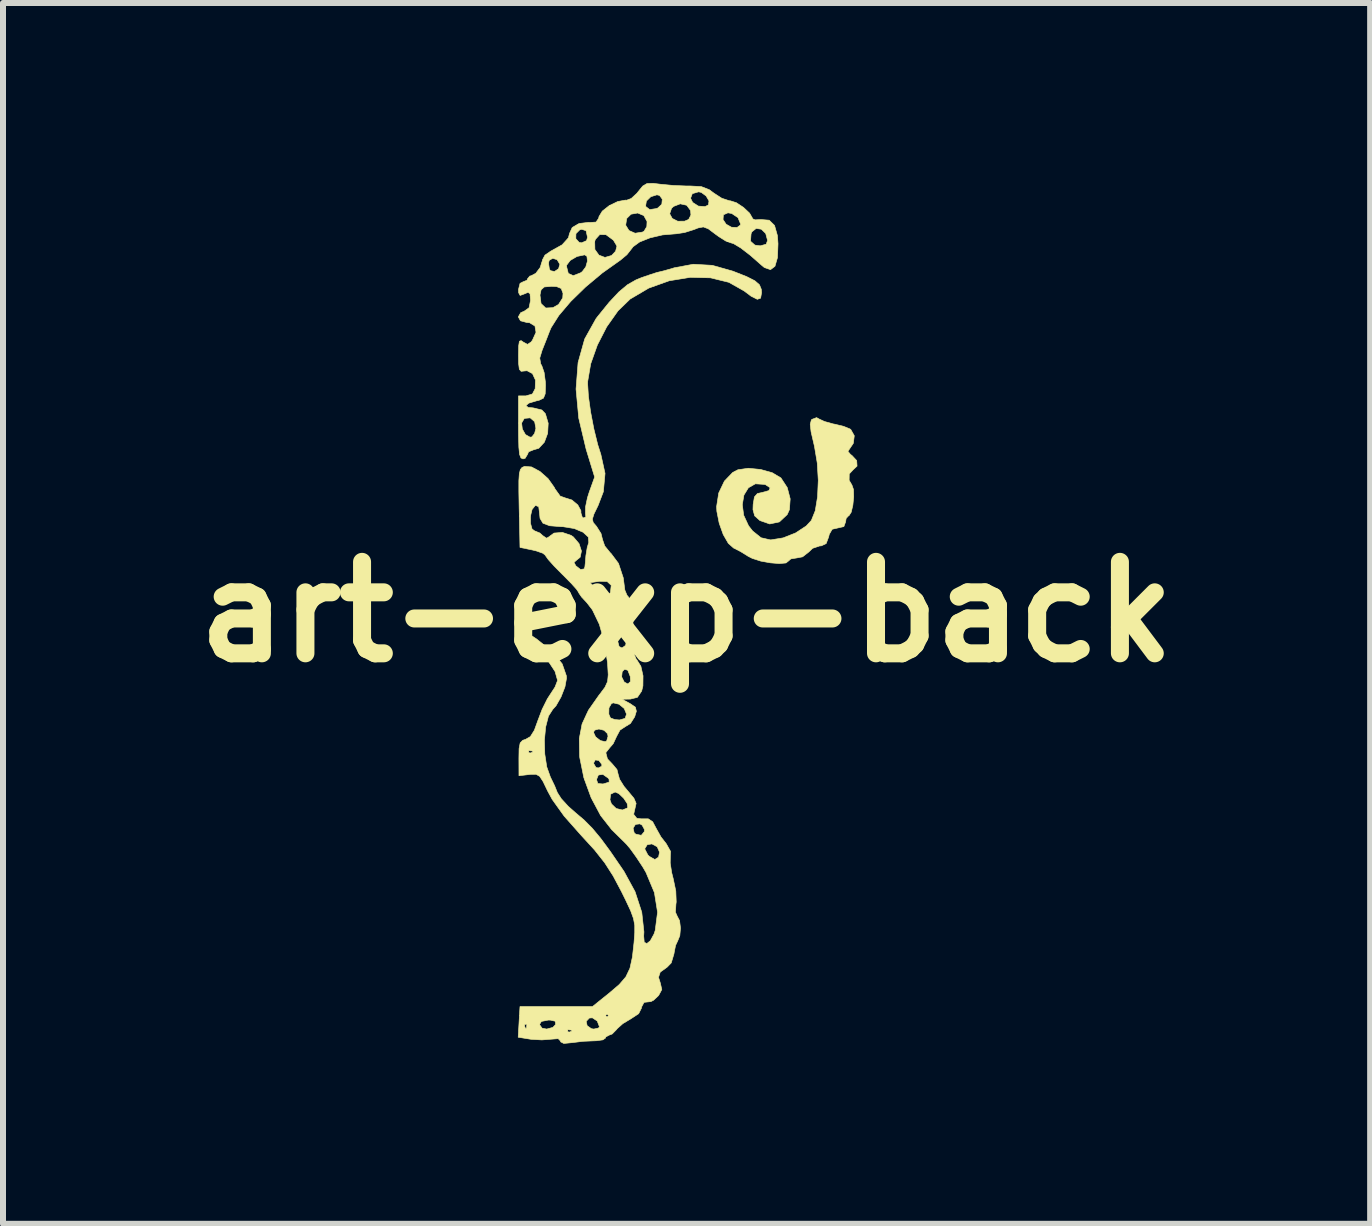
<source format=kicad_pcb>
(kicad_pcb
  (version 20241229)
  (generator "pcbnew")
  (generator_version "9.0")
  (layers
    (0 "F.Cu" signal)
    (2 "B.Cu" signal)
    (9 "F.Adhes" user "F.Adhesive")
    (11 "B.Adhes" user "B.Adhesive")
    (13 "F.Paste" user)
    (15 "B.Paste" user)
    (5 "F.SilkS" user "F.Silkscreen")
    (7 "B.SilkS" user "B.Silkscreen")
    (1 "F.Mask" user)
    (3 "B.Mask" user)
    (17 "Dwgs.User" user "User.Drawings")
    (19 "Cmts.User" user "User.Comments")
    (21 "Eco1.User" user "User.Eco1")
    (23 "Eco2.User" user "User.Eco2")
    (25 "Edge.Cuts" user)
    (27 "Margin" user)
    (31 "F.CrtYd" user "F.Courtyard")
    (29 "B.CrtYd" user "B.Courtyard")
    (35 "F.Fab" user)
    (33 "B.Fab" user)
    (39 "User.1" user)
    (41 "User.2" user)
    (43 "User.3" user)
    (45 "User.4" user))
  (footprint "art-exp-back"
    (layer "F.Cu")
    (at 8.389 7.146)
    (property "Reference" "art-exp-back" (at 0 0 0) (layer "F.SilkS") (effects (font (size 1.524 1.524) (thickness 0.3))))
    (attr through_hole)
    (fp_poly (pts (xy 2.21 -3.214) (xy 2.299 -3.173) (xy 2.438 -3.134) (xy 2.475 -3.127) (xy 2.618 -3.092) (xy 2.723 -3.049) (xy 2.737 -3.039) (xy 2.795 -2.936) (xy 2.779 -2.81) (xy 2.73 -2.737) (xy 2.689 -2.676) (xy 2.732 -2.624) (xy 2.755 -2.608) (xy 2.835 -2.522) (xy 2.841 -2.43) (xy 2.775 -2.368) (xy 2.711 -2.299) (xy 2.709 -2.194) (xy 2.756 -2.114) (xy 2.782 -2.039) (xy 2.785 -1.915) (xy 2.771 -1.777) (xy 2.743 -1.66) (xy 2.705 -1.602) (xy 2.697 -1.6) (xy 2.659 -1.558) (xy 2.65 -1.5) (xy 2.621 -1.422) (xy 2.524 -1.4) (xy 2.427 -1.378) (xy 2.378 -1.293) (xy 2.368 -1.25) (xy 2.326 -1.139) (xy 2.245 -1.101) (xy 2.219 -1.1) (xy 2.1 -1.06) (xy 2.038 -1) (xy 1.933 -0.918) (xy 1.838 -0.9) (xy 1.738 -0.884) (xy 1.7 -0.85) (xy 1.657 -0.816) (xy 1.546 -0.806) (xy 1.397 -0.818) (xy 1.237 -0.847) (xy 1.096 -0.892) (xy 1.027 -0.927) (xy 0.9 -1.006) (xy 0.793 -1.061) (xy 0.785 -1.064) (xy 0.696 -1.143) (xy 0.611 -1.291) (xy 0.544 -1.479) (xy 0.505 -1.677) (xy 0.501 -1.755) (xy 0.536 -1.981) (xy 0.631 -2.18) (xy 0.769 -2.324) (xy 0.856 -2.369) (xy 1.029 -2.394) (xy 1.234 -2.374) (xy 1.429 -2.319) (xy 1.57 -2.235) (xy 1.574 -2.231) (xy 1.678 -2.072) (xy 1.727 -1.884) (xy 1.714 -1.704) (xy 1.677 -1.622) (xy 1.547 -1.5) (xy 1.386 -1.466) (xy 1.222 -1.523) (xy 1.135 -1.601) (xy 1.107 -1.705) (xy 1.11 -1.791) (xy 1.131 -1.916) (xy 1.181 -1.973) (xy 1.262 -1.991) (xy 1.373 -2.022) (xy 1.393 -2.069) (xy 1.318 -2.119) (xy 1.3 -2.125) (xy 1.147 -2.135) (xy 1.031 -2.069) (xy 0.956 -1.947) (xy 0.929 -1.788) (xy 0.952 -1.611) (xy 1.033 -1.436) (xy 1.101 -1.349) (xy 1.242 -1.236) (xy 1.395 -1.201) (xy 1.408 -1.201) (xy 1.61 -1.234) (xy 1.819 -1.317) (xy 1.995 -1.433) (xy 2.08 -1.525) (xy 2.145 -1.687) (xy 2.183 -1.919) (xy 2.195 -2.193) (xy 2.178 -2.481) (xy 2.132 -2.756) (xy 2.122 -2.799) (xy 2.075 -3.001) (xy 2.061 -3.127) (xy 2.079 -3.197) (xy 2.088 -3.208) (xy 2.167 -3.238) (xy 2.21 -3.214)) (stroke (width 0.01) (type solid)) (fill yes) (layer "F.SilkS"))
    (fp_poly (pts (xy -0.432 -7.126) (xy -0.221 -7.106) (xy -0.001 -7.097) (xy 0.066 -7.097) (xy 0.246 -7.087) (xy 0.379 -7.035) (xy 0.457 -6.977) (xy 0.587 -6.893) (xy 0.713 -6.851) (xy 0.731 -6.85) (xy 0.831 -6.818) (xy 0.949 -6.74) (xy 1.05 -6.645) (xy 1.099 -6.56) (xy 1.1 -6.551) (xy 1.143 -6.533) (xy 1.24 -6.538) (xy 1.377 -6.527) (xy 1.466 -6.44) (xy 1.514 -6.271) (xy 1.524 -6.135) (xy 1.515 -5.904) (xy 1.473 -5.759) (xy 1.399 -5.703) (xy 1.296 -5.739) (xy 1.254 -5.774) (xy 1.065 -5.94) (xy 0.903 -6.065) (xy 0.783 -6.137) (xy 0.738 -6.15) (xy 0.664 -6.177) (xy 1.066 -6.177) (xy 1.139 -6.112) (xy 1.228 -6.1) (xy 1.327 -6.127) (xy 1.35 -6.19) (xy 1.319 -6.306) (xy 1.246 -6.377) (xy 1.16 -6.39) (xy 1.089 -6.333) (xy 1.075 -6.3) (xy 1.066 -6.177) (xy 0.664 -6.177) (xy 0.656 -6.179) (xy 0.537 -6.254) (xy 0.479 -6.296) (xy 0.362 -6.384) (xy 0.28 -6.415) (xy 0.192 -6.398) (xy 0.124 -6.371) (xy -0.032 -6.322) (xy -0.177 -6.3) (xy -0.184 -6.3) (xy -0.4 -6.282) (xy -0.609 -6.233) (xy -0.782 -6.164) (xy -0.892 -6.084) (xy -0.906 -6.064) (xy -0.994 -5.952) (xy -1.102 -5.862) (xy -1.402 -5.649) (xy -1.683 -5.414) (xy -1.93 -5.173) (xy -2.127 -4.941) (xy -2.257 -4.736) (xy -2.281 -4.68) (xy -2.344 -4.517) (xy -2.406 -4.361) (xy -2.446 -4.23) (xy -2.43 -4.134) (xy -2.411 -4.1) (xy -2.373 -3.99) (xy -2.352 -3.832) (xy -2.35 -3.774) (xy -2.355 -3.634) (xy -2.384 -3.562) (xy -2.454 -3.528) (xy -2.501 -3.517) (xy -2.628 -3.479) (xy -2.676 -3.438) (xy -2.64 -3.408) (xy -2.555 -3.4) (xy -2.411 -3.365) (xy -2.352 -3.303) (xy -2.305 -3.144) (xy -2.314 -2.976) (xy -2.369 -2.828) (xy -2.462 -2.727) (xy -2.553 -2.7) (xy -2.632 -2.668) (xy -2.65 -2.625) (xy -2.69 -2.559) (xy -2.725 -2.55) (xy -2.759 -2.566) (xy -2.782 -2.625) (xy -2.794 -2.743) (xy -2.799 -2.937) (xy -2.8 -3.075) (xy -2.8 -3.148) (xy -2.748 -3.148) (xy -2.736 -3.047) (xy -2.684 -2.955) (xy -2.608 -2.912) (xy -2.577 -2.916) (xy -2.532 -2.973) (xy -2.51 -3.06) (xy -2.531 -3.17) (xy -2.605 -3.234) (xy -2.7 -3.225) (xy -2.705 -3.222) (xy -2.748 -3.148) (xy -2.8 -3.148) (xy -2.8 -3.6) (xy -2.676 -3.6) (xy -2.568 -3.632) (xy -2.522 -3.72) (xy -2.517 -3.863) (xy -2.567 -3.971) (xy -2.657 -4.019) (xy -2.699 -4.015) (xy -2.756 -4.009) (xy -2.786 -4.043) (xy -2.798 -4.139) (xy -2.8 -4.275) (xy -2.797 -4.434) (xy -2.785 -4.51) (xy -2.756 -4.521) (xy -2.72 -4.496) (xy -2.649 -4.458) (xy -2.589 -4.499) (xy -2.568 -4.527) (xy -2.508 -4.659) (xy -2.526 -4.764) (xy -2.616 -4.819) (xy -2.663 -4.823) (xy -2.767 -4.851) (xy -2.803 -4.916) (xy -2.764 -4.985) (xy -2.7 -5.014) (xy -2.624 -5.068) (xy -2.6 -5.187) (xy -2.6 -5.197) (xy -2.606 -5.28) (xy -2.442 -5.28) (xy -2.424 -5.138) (xy -2.346 -5.064) (xy -2.226 -5.07) (xy -2.133 -5.123) (xy -2.063 -5.232) (xy -2.058 -5.308) (xy -2.088 -5.389) (xy -2.165 -5.421) (xy -2.25 -5.425) (xy -2.37 -5.415) (xy -2.423 -5.368) (xy -2.442 -5.28) (xy -2.606 -5.28) (xy -2.607 -5.301) (xy -2.641 -5.325) (xy -2.7 -5.3) (xy -2.773 -5.273) (xy -2.798 -5.319) (xy -2.8 -5.373) (xy -2.774 -5.475) (xy -2.725 -5.5) (xy -2.658 -5.527) (xy -2.65 -5.55) (xy -2.611 -5.597) (xy -2.593 -5.6) (xy -2.512 -5.642) (xy -2.438 -5.74) (xy -2.416 -5.812) (xy -2.3 -5.812) (xy -2.286 -5.717) (xy -2.27 -5.687) (xy -2.201 -5.672) (xy -2.133 -5.717) (xy -2.12 -5.76) (xy -2 -5.76) (xy -1.97 -5.641) (xy -1.888 -5.603) (xy -1.766 -5.65) (xy -1.738 -5.67) (xy -1.679 -5.748) (xy -1.651 -5.846) (xy -1.66 -5.926) (xy -1.697 -5.95) (xy -1.825 -5.923) (xy -1.938 -5.857) (xy -1.998 -5.777) (xy -2 -5.76) (xy -2.12 -5.76) (xy -2.111 -5.793) (xy -2.111 -5.793) (xy -2.157 -5.869) (xy -2.229 -5.892) (xy -2.288 -5.859) (xy -2.3 -5.812) (xy -2.416 -5.812) (xy -2.402 -5.855) (xy -2.402 -5.864) (xy -2.359 -5.945) (xy -2.263 -6.011) (xy -2.073 -6.117) (xy -1.981 -6.219) (xy -1.845 -6.219) (xy -1.79 -6.158) (xy -1.75 -6.15) (xy -1.693 -6.174) (xy -1.53 -6.174) (xy -1.527 -6.039) (xy -1.46 -5.945) (xy -1.359 -5.907) (xy -1.249 -5.939) (xy -1.182 -6.01) (xy -1.16 -6.096) (xy -1.216 -6.19) (xy -1.222 -6.197) (xy -1.341 -6.285) (xy -1.446 -6.288) (xy -1.519 -6.207) (xy -1.53 -6.174) (xy -1.693 -6.174) (xy -1.666 -6.186) (xy -1.65 -6.242) (xy -1.674 -6.352) (xy -1.748 -6.376) (xy -1.78 -6.366) (xy -1.843 -6.303) (xy -1.845 -6.219) (xy -1.981 -6.219) (xy -1.968 -6.234) (xy -1.95 -6.306) (xy -1.905 -6.405) (xy -1.839 -6.444) (xy -1.014 -6.444) (xy -0.959 -6.355) (xy -0.857 -6.31) (xy -0.735 -6.329) (xy -0.708 -6.344) (xy -0.662 -6.421) (xy -0.658 -6.506) (xy -0.712 -6.604) (xy -0.783 -6.634) (xy -0.281 -6.634) (xy -0.238 -6.556) (xy -0.147 -6.51) (xy -0.032 -6.511) (xy 0.032 -6.538) (xy 0.608 -6.538) (xy 0.66 -6.46) (xy 0.749 -6.41) (xy 0.842 -6.406) (xy 0.897 -6.446) (xy 0.9 -6.465) (xy 0.857 -6.57) (xy 0.753 -6.639) (xy 0.69 -6.65) (xy 0.614 -6.617) (xy 0.608 -6.538) (xy 0.032 -6.538) (xy 0.036 -6.54) (xy 0.073 -6.614) (xy 0.067 -6.689) (xy 0.003 -6.776) (xy -0.105 -6.8) (xy -0.216 -6.757) (xy -0.25 -6.725) (xy -0.281 -6.634) (xy -0.783 -6.634) (xy -0.814 -6.647) (xy -0.925 -6.627) (xy -0.997 -6.556) (xy -1.014 -6.444) (xy -1.839 -6.444) (xy -1.79 -6.472) (xy -1.633 -6.491) (xy -1.612 -6.489) (xy -1.508 -6.496) (xy -1.464 -6.56) (xy -1.459 -6.587) (xy -1.404 -6.678) (xy -1.294 -6.765) (xy -0.682 -6.765) (xy -0.676 -6.752) (xy -0.614 -6.704) (xy -0.508 -6.72) (xy -0.479 -6.73) (xy -0.412 -6.793) (xy -0.404 -6.877) (xy -0.415 -6.893) (xy 0.067 -6.893) (xy 0.102 -6.823) (xy 0.197 -6.762) (xy 0.309 -6.754) (xy 0.365 -6.782) (xy 0.374 -6.849) (xy 0.326 -6.931) (xy 0.246 -6.99) (xy 0.201 -7) (xy 0.096 -6.969) (xy 0.067 -6.893) (xy -0.415 -6.893) (xy -0.45 -6.94) (xy -0.494 -6.95) (xy -0.596 -6.918) (xy -0.669 -6.846) (xy -0.682 -6.765) (xy -1.294 -6.765) (xy -1.288 -6.769) (xy -1.147 -6.838) (xy -1.018 -6.862) (xy -0.998 -6.86) (xy -0.921 -6.889) (xy -0.827 -6.976) (xy -0.805 -7.004) (xy -0.73 -7.096) (xy -0.659 -7.138) (xy -0.556 -7.141) (xy -0.432 -7.126)) (stroke (width 0.01) (type solid)) (fill yes) (layer "F.SilkS"))
    (fp_poly (pts (xy 0.429 -5.775) (xy 0.775 -5.677) (xy 0.782 -5.674) (xy 1 -5.588) (xy 1.138 -5.518) (xy 1.215 -5.451) (xy 1.246 -5.375) (xy 1.25 -5.319) (xy 1.234 -5.228) (xy 1.179 -5.209) (xy 1.074 -5.262) (xy 0.96 -5.348) (xy 0.705 -5.492) (xy 0.399 -5.567) (xy 0.061 -5.575) (xy -0.288 -5.518) (xy -0.629 -5.396) (xy -0.94 -5.213) (xy -1.142 -5.017) (xy -1.33 -4.751) (xy -1.486 -4.447) (xy -1.597 -4.134) (xy -1.647 -3.842) (xy -1.648 -3.8) (xy -1.635 -3.593) (xy -1.598 -3.329) (xy -1.544 -3.048) (xy -1.48 -2.788) (xy -1.428 -2.625) (xy -1.358 -2.308) (xy -1.386 -2.003) (xy -1.474 -1.773) (xy -1.543 -1.631) (xy -1.569 -1.547) (xy -1.555 -1.49) (xy -1.501 -1.427) (xy -1.499 -1.424) (xy -1.425 -1.307) (xy -1.4 -1.206) (xy -1.363 -1.099) (xy -1.271 -0.986) (xy -1.257 -0.973) (xy -1.134 -0.809) (xy -1.054 -0.567) (xy -1.028 -0.364) (xy -0.992 -0.278) (xy -0.962 -0.242) (xy -0.926 -0.159) (xy -0.904 -0.015) (xy -0.9 0.075) (xy -0.89 0.233) (xy -0.863 0.351) (xy -0.844 0.386) (xy -0.813 0.467) (xy -0.84 0.593) (xy -0.868 0.715) (xy -0.838 0.788) (xy -0.827 0.799) (xy -0.761 0.905) (xy -0.725 1.064) (xy -0.727 1.233) (xy -0.748 1.319) (xy -0.819 1.423) (xy -0.936 1.452) (xy -1.075 1.454) (xy -0.942 1.526) (xy -0.852 1.587) (xy -0.836 1.655) (xy -0.864 1.747) (xy -0.935 1.859) (xy -1.019 1.91) (xy -1.109 1.969) (xy -1.166 2.075) (xy -1.221 2.194) (xy -1.282 2.265) (xy -1.345 2.345) (xy -1.318 2.448) (xy -1.236 2.534) (xy -1.159 2.626) (xy -1.139 2.707) (xy -1.116 2.788) (xy -1.042 2.906) (xy -0.981 2.979) (xy -0.877 3.104) (xy -0.84 3.19) (xy -0.856 3.261) (xy -0.881 3.372) (xy -0.829 3.438) (xy -0.758 3.447) (xy -0.638 3.447) (xy -0.565 3.495) (xy -0.505 3.608) (xy -0.426 3.749) (xy -0.338 3.862) (xy -0.266 3.99) (xy -0.27 4.073) (xy -0.272 4.185) (xy -0.247 4.346) (xy -0.222 4.444) (xy -0.179 4.65) (xy -0.172 4.832) (xy -0.177 4.87) (xy -0.185 5.003) (xy -0.154 5.072) (xy -0.116 5.144) (xy -0.101 5.267) (xy -0.112 5.394) (xy -0.146 5.478) (xy -0.183 5.557) (xy -0.208 5.685) (xy -0.209 5.695) (xy -0.255 5.848) (xy -0.325 5.92) (xy -0.438 6.001) (xy -0.467 6.088) (xy -0.437 6.183) (xy -0.412 6.292) (xy -0.464 6.388) (xy -0.473 6.398) (xy -0.55 6.47) (xy -0.593 6.492) (xy -0.708 6.505) (xy -0.75 6.584) (xy -0.75 6.598) (xy -0.798 6.694) (xy -0.929 6.78) (xy -1.061 6.859) (xy -1.156 6.944) (xy -1.166 6.958) (xy -1.239 7.032) (xy -1.287 7.05) (xy -1.345 7.081) (xy -1.35 7.099) (xy -1.394 7.13) (xy -1.504 7.145) (xy -1.538 7.146) (xy -1.724 7.154) (xy -1.911 7.177) (xy -1.913 7.177) (xy -2.045 7.19) (xy -2.098 7.163) (xy -2.1 7.149) (xy -2.138 7.11) (xy -2.255 7.119) (xy -2.411 7.131) (xy -2.588 7.121) (xy -2.607 7.118) (xy -2.805 7.086) (xy -2.798 6.967) (xy -1.983 6.967) (xy -1.976 6.996) (xy -1.95 7) (xy -1.909 6.982) (xy -1.917 6.967) (xy -1.976 6.961) (xy -1.983 6.967) (xy -2.798 6.967) (xy -2.794 6.9) (xy -2.7 6.9) (xy -2.682 6.941) (xy -2.667 6.933) (xy -2.661 6.875) (xy -2.45 6.875) (xy -2.407 6.935) (xy -2.33 6.95) (xy -2.227 6.922) (xy -2.182 6.875) (xy -2.186 6.822) (xy -1.672 6.822) (xy -1.656 6.894) (xy -1.585 6.944) (xy -1.545 6.95) (xy -1.467 6.933) (xy -1.451 6.912) (xy -1.488 6.816) (xy -1.568 6.763) (xy -1.619 6.766) (xy -1.672 6.822) (xy -2.186 6.822) (xy -2.186 6.82) (xy -2.268 6.801) (xy -2.302 6.8) (xy -2.419 6.823) (xy -2.45 6.875) (xy -2.661 6.875) (xy -2.661 6.874) (xy -2.667 6.867) (xy -2.696 6.874) (xy -2.7 6.9) (xy -2.794 6.9) (xy -2.79 6.831) (xy -2.784 6.725) (xy -1.35 6.725) (xy -1.325 6.75) (xy -1.3 6.725) (xy -1.325 6.7) (xy -1.35 6.725) (xy -2.784 6.725) (xy -2.775 6.575) (xy -1.567 6.575) (xy -1.287 6.35) (xy -1.121 6.208) (xy -1.011 6.08) (xy -0.943 5.937) (xy -0.902 5.75) (xy -0.875 5.51) (xy -0.863 5.346) (xy -0.863 5.221) (xy -0.884 5.108) (xy -0.931 4.979) (xy -1.012 4.806) (xy -1.084 4.66) (xy -1.222 4.4) (xy -1.363 4.18) (xy -1.533 3.965) (xy -1.753 3.725) (xy -2.039 3.402) (xy -2.238 3.124) (xy -2.315 2.982) (xy -2.391 2.824) (xy -2.448 2.738) (xy -2.508 2.705) (xy -2.594 2.706) (xy -2.621 2.709) (xy -2.792 2.729) (xy -2.793 2.44) (xy -2.791 2.317) (xy -2.633 2.317) (xy -2.626 2.346) (xy -2.6 2.35) (xy -2.559 2.332) (xy -2.567 2.317) (xy -2.626 2.311) (xy -2.633 2.317) (xy -2.791 2.317) (xy -2.79 2.275) (xy -2.772 2.183) (xy -2.73 2.139) (xy -2.68 2.122) (xy -2.602 2.077) (xy -2.536 1.972) (xy -2.477 1.81) (xy -2.406 1.623) (xy -2.32 1.45) (xy -2.269 1.371) (xy -2.191 1.251) (xy -2.152 1.15) (xy -2.15 1.136) (xy -2.191 0.992) (xy -2.299 0.828) (xy -2.454 0.671) (xy -2.573 0.583) (xy -2.724 0.469) (xy -2.796 0.369) (xy -2.8 0.344) (xy -2.79 0.3) (xy -2.749 0.298) (xy -2.662 0.344) (xy -2.512 0.442) (xy -2.497 0.452) (xy -2.237 0.66) (xy -2.072 0.865) (xy -2.002 1.066) (xy -2 1.105) (xy -2.026 1.249) (xy -2.092 1.418) (xy -2.175 1.564) (xy -2.23 1.625) (xy -2.301 1.736) (xy -2.347 1.915) (xy -2.368 2.135) (xy -2.362 2.367) (xy -2.329 2.582) (xy -2.269 2.75) (xy -2.197 2.899) (xy -2.153 3.009) (xy -2.088 3.111) (xy -1.97 3.24) (xy -1.852 3.344) (xy -1.707 3.467) (xy -1.571 3.604) (xy -1.431 3.772) (xy -1.271 3.989) (xy -1.077 4.272) (xy -1.041 4.325) (xy -0.858 4.661) (xy -0.746 5.004) (xy -0.71 5.331) (xy -0.714 5.4) (xy -0.705 5.503) (xy -0.662 5.526) (xy -0.603 5.478) (xy -0.542 5.367) (xy -0.522 5.307) (xy -0.483 5.003) (xy -0.535 4.677) (xy -0.675 4.342) (xy -0.726 4.254) (xy -0.834 4.09) (xy -0.935 3.949) (xy -0.936 3.947) (xy -0.697 3.947) (xy -0.646 4.046) (xy -0.621 4.072) (xy -0.529 4.125) (xy -0.466 4.086) (xy -0.45 4.002) (xy -0.489 3.913) (xy -0.577 3.865) (xy -0.655 3.878) (xy -0.697 3.947) (xy -0.936 3.947) (xy -1.003 3.868) (xy -1.102 3.77) (xy -1.224 3.65) (xy -1.245 3.63) (xy -1.266 3.603) (xy -0.89 3.603) (xy -0.873 3.678) (xy -0.847 3.702) (xy -0.754 3.722) (xy -0.703 3.66) (xy -0.7 3.627) (xy -0.74 3.553) (xy -0.777 3.531) (xy -0.851 3.54) (xy -0.89 3.603) (xy -1.266 3.603) (xy -1.431 3.393) (xy -1.571 3.13) (xy -1.276 3.13) (xy -1.251 3.199) (xy -1.172 3.275) (xy -1.069 3.3) (xy -0.987 3.267) (xy -0.979 3.256) (xy -0.989 3.192) (xy -1.048 3.103) (xy -1.128 3.027) (xy -1.19 3) (xy -1.265 3.037) (xy -1.276 3.13) (xy -1.571 3.13) (xy -1.591 3.091) (xy -1.7 2.793) (xy -1.5 2.793) (xy -1.478 2.859) (xy -1.395 2.866) (xy -1.374 2.862) (xy -1.289 2.834) (xy -1.291 2.788) (xy -1.305 2.769) (xy -1.393 2.707) (xy -1.469 2.717) (xy -1.5 2.793) (xy -1.7 2.793) (xy -1.712 2.758) (xy -1.76 2.521) (xy -1.55 2.521) (xy -1.51 2.59) (xy -1.471 2.6) (xy -1.413 2.571) (xy -1.411 2.541) (xy -1.461 2.475) (xy -1.521 2.466) (xy -1.55 2.521) (xy -1.76 2.521) (xy -1.779 2.428) (xy -1.782 2.393) (xy -1.787 2.109) (xy -1.767 2.007) (xy -1.55 2.007) (xy -1.515 2.082) (xy -1.436 2.143) (xy -1.356 2.162) (xy -1.331 2.15) (xy -1.308 2.072) (xy -1.317 2.028) (xy -1.374 1.972) (xy -1.461 1.951) (xy -1.532 1.97) (xy -1.55 2.007) (xy -1.767 2.007) (xy -1.741 1.868) (xy -1.665 1.703) (xy -1.295 1.703) (xy -1.267 1.767) (xy -1.195 1.793) (xy -1.117 1.8) (xy -1.023 1.773) (xy -1 1.702) (xy -1.038 1.609) (xy -1.124 1.538) (xy -1.22 1.515) (xy -1.251 1.526) (xy -1.293 1.599) (xy -1.295 1.703) (xy -1.665 1.703) (xy -1.634 1.637) (xy -1.456 1.383) (xy -1.442 1.366) (xy -1.359 1.255) (xy -1.316 1.16) (xy -1.308 1.082) (xy -1.081 1.082) (xy -1.038 1.168) (xy -0.977 1.2) (xy -0.934 1.159) (xy -0.938 1.075) (xy -0.978 0.972) (xy -1.033 0.955) (xy -1.072 0.995) (xy -1.081 1.082) (xy -1.308 1.082) (xy -1.305 1.045) (xy -1.315 0.871) (xy -1.316 0.85) (xy -1.367 0.508) (xy -1.376 0.475) (xy -1.15 0.475) (xy -1.124 0.576) (xy -1.075 0.6) (xy -1.015 0.557) (xy -1 0.475) (xy -1.026 0.374) (xy -1.075 0.35) (xy -1.135 0.393) (xy -1.15 0.475) (xy -1.376 0.475) (xy -1.453 0.206) (xy -1.567 -0.032) (xy -1.327 -0.032) (xy -1.307 0.037) (xy -1.3 0.05) (xy -1.228 0.13) (xy -1.171 0.15) (xy -1.123 0.132) (xy -1.143 0.063) (xy -1.15 0.05) (xy -1.222 -0.03) (xy -1.279 -0.05) (xy -1.327 -0.032) (xy -1.567 -0.032) (xy -1.568 -0.034) (xy -1.659 -0.152) (xy -1.749 -0.249) (xy -1.797 -0.319) (xy -1.8 -0.329) (xy -1.833 -0.378) (xy -1.922 -0.477) (xy -1.933 -0.488) (xy -1.606 -0.488) (xy -1.494 -0.369) (xy -1.386 -0.272) (xy -1.314 -0.26) (xy -1.268 -0.325) (xy -1.255 -0.444) (xy -1.323 -0.507) (xy -1.448 -0.511) (xy -1.606 -0.488) (xy -1.933 -0.488) (xy -2.048 -0.605) (xy -2.075 -0.631) (xy -2.206 -0.764) (xy -2.303 -0.872) (xy -2.349 -0.936) (xy -2.35 -0.942) (xy -2.394 -0.978) (xy -2.505 -1.017) (xy -2.563 -1.031) (xy -2.775 -1.075) (xy -2.783 -1.477) (xy -2.6 -1.477) (xy -2.574 -1.382) (xy -2.531 -1.35) (xy -2.444 -1.315) (xy -2.398 -1.273) (xy -2.334 -1.229) (xy -2.304 -1.244) (xy -2.208 -1.314) (xy -2.069 -1.325) (xy -1.924 -1.276) (xy -1.885 -1.249) (xy -1.791 -1.138) (xy -1.751 -1.015) (xy -1.772 -0.912) (xy -1.826 -0.868) (xy -1.875 -0.826) (xy -1.845 -0.769) (xy -1.766 -0.707) (xy -1.707 -0.717) (xy -1.694 -0.75) (xy -1.685 -0.834) (xy -1.677 -0.938) (xy -1.655 -1.073) (xy -1.629 -1.159) (xy -1.637 -1.248) (xy -1.724 -1.328) (xy -1.871 -1.39) (xy -2.059 -1.42) (xy -2.091 -1.421) (xy -2.281 -1.436) (xy -2.392 -1.478) (xy -2.441 -1.559) (xy -2.45 -1.651) (xy -2.463 -1.753) (xy -2.51 -1.773) (xy -2.525 -1.768) (xy -2.574 -1.707) (xy -2.6 -1.598) (xy -2.6 -1.477) (xy -2.783 -1.477) (xy -2.789 -1.734) (xy -2.794 -2.002) (xy -2.794 -2.186) (xy -2.786 -2.304) (xy -2.769 -2.372) (xy -2.741 -2.407) (xy -2.699 -2.425) (xy -2.583 -2.416) (xy -2.443 -2.341) (xy -2.308 -2.222) (xy -2.205 -2.077) (xy -2.192 -2.051) (xy -2.105 -1.93) (xy -2.021 -1.9) (xy -1.91 -1.865) (xy -1.812 -1.783) (xy -1.76 -1.687) (xy -1.76 -1.65) (xy -1.737 -1.578) (xy -1.716 -1.566) (xy -1.678 -1.583) (xy -1.684 -1.646) (xy -1.683 -1.75) (xy -1.651 -1.903) (xy -1.621 -1.997) (xy -1.531 -2.248) (xy -1.673 -2.711) (xy -1.796 -3.229) (xy -1.841 -3.713) (xy -1.807 -4.155) (xy -1.697 -4.548) (xy -1.509 -4.885) (xy -1.485 -4.917) (xy -1.289 -5.159) (xy -1.128 -5.331) (xy -0.985 -5.451) (xy -0.843 -5.532) (xy -0.753 -5.569) (xy -0.605 -5.62) (xy -0.497 -5.655) (xy -0.464 -5.663) (xy -0.396 -5.679) (xy -0.27 -5.714) (xy -0.205 -5.734) (xy 0.112 -5.793) (xy 0.429 -5.775)) (stroke (width 0.01) (type solid)) (fill yes) (layer "F.SilkS")))
  (gr_rect
    (start -3 -3)
    (end 19.779 17.341)
    (stroke (width 0.1) (type default))
    (fill no)
    (layer "Edge.Cuts")))
</source>
